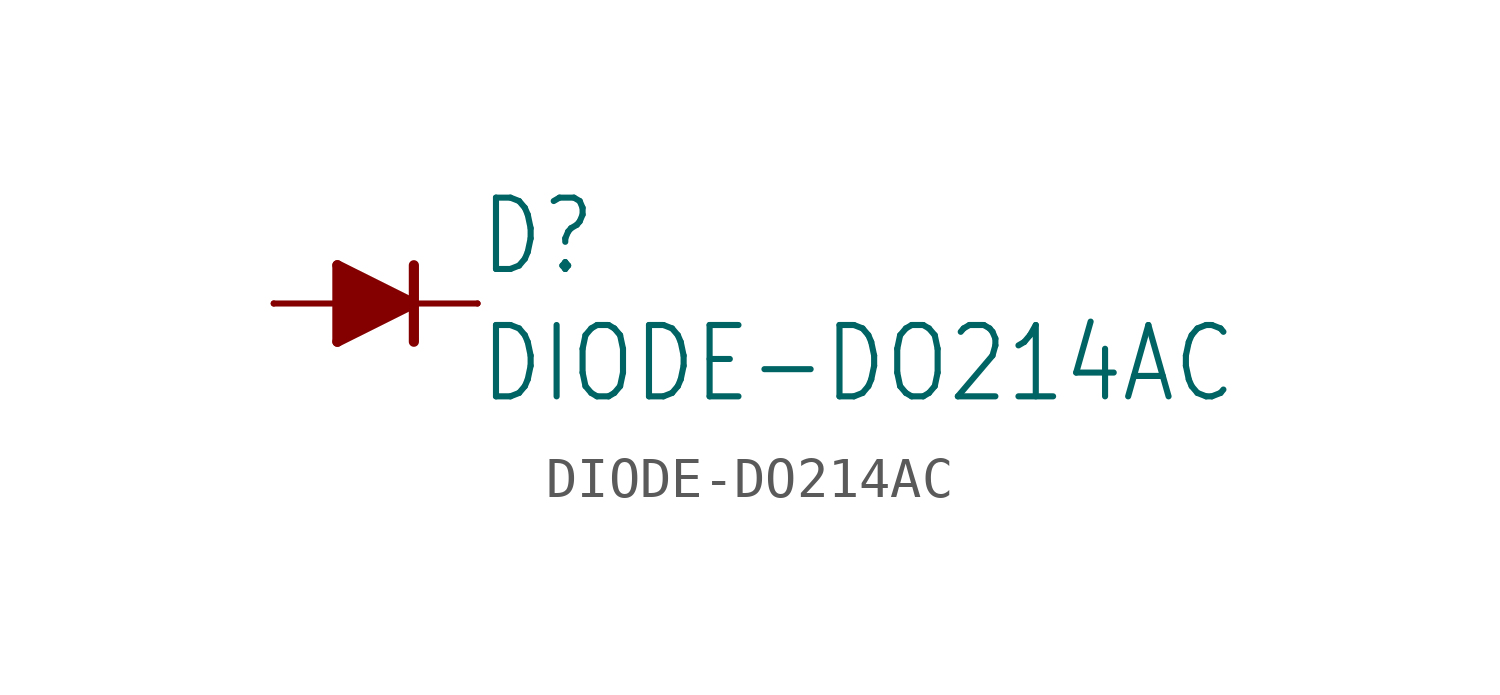
<source format=kicad_sym>
(kicad_symbol_lib
  (version 20211014)
  (generator kicad_symbol_editor)
  (symbol "DIODE-DO214AC"
    (property "Reference" "D"
      (at 2.54 0.635 0)
      (effects (font (size 1.778 1.511)) (justify left bottom)))
    (property "Value" "DIODE-DO214AC"
      (at 2.54 -2.54 0)
      (effects (font (size 1.778 1.511)) (justify left bottom)))
    (property "ki_locked" ""
      (at 0 0 0)
      (effects (font (size 1.27 1.27))))
    (symbol "DIODE-DO214AC_1_0"
      (polyline (pts (xy -0.953 -0.953) (xy 0.953 0)) (stroke (width 0.254) (type default) (color 0 0 0 0)) (fill (type none)))
      (polyline (pts (xy -0.953 0) (xy -2.54 0)) (stroke (width 0.152) (type default) (color 0 0 0 0)) (fill (type none)))
      (polyline (pts (xy -0.953 0) (xy -0.953 -0.953)) (stroke (width 0.254) (type default) (color 0 0 0 0)) (fill (type none)))
      (polyline (pts (xy -0.953 0.953) (xy -0.953 0)) (stroke (width 0.254) (type default) (color 0 0 0 0)) (fill (type none)))
      (polyline (pts (xy 0.953 0) (xy -0.953 0.953)) (stroke (width 0.254) (type default) (color 0 0 0 0)) (fill (type none)))
      (polyline (pts (xy 0.953 0) (xy 0.953 -0.953)) (stroke (width 0.254) (type default) (color 0 0 0 0)) (fill (type none)))
      (polyline (pts (xy 0.953 0) (xy 2.54 0)) (stroke (width 0.152) (type default) (color 0 0 0 0)) (fill (type none)))
      (polyline (pts (xy 0.953 0.953) (xy 0.953 0)) (stroke (width 0.254) (type default) (color 0 0 0 0)) (fill (type none)))
      (polyline (pts (xy -0.953 0.953) (xy 0.953 0) (xy -0.953 -0.953)) (stroke (width 0) (type default) (color 0 0 0 0)) (fill (type outline)))
      (pin passive line (at -2.54 0 0) (length 0) (name "A" (effects (font (size 0 0)))) (number "A" (effects (font (size 0 0)))))
      (pin passive line (at 2.54 0 180) (length 0) (name "C" (effects (font (size 0 0)))) (number "C" (effects (font (size 0 0))))))))
</source>
